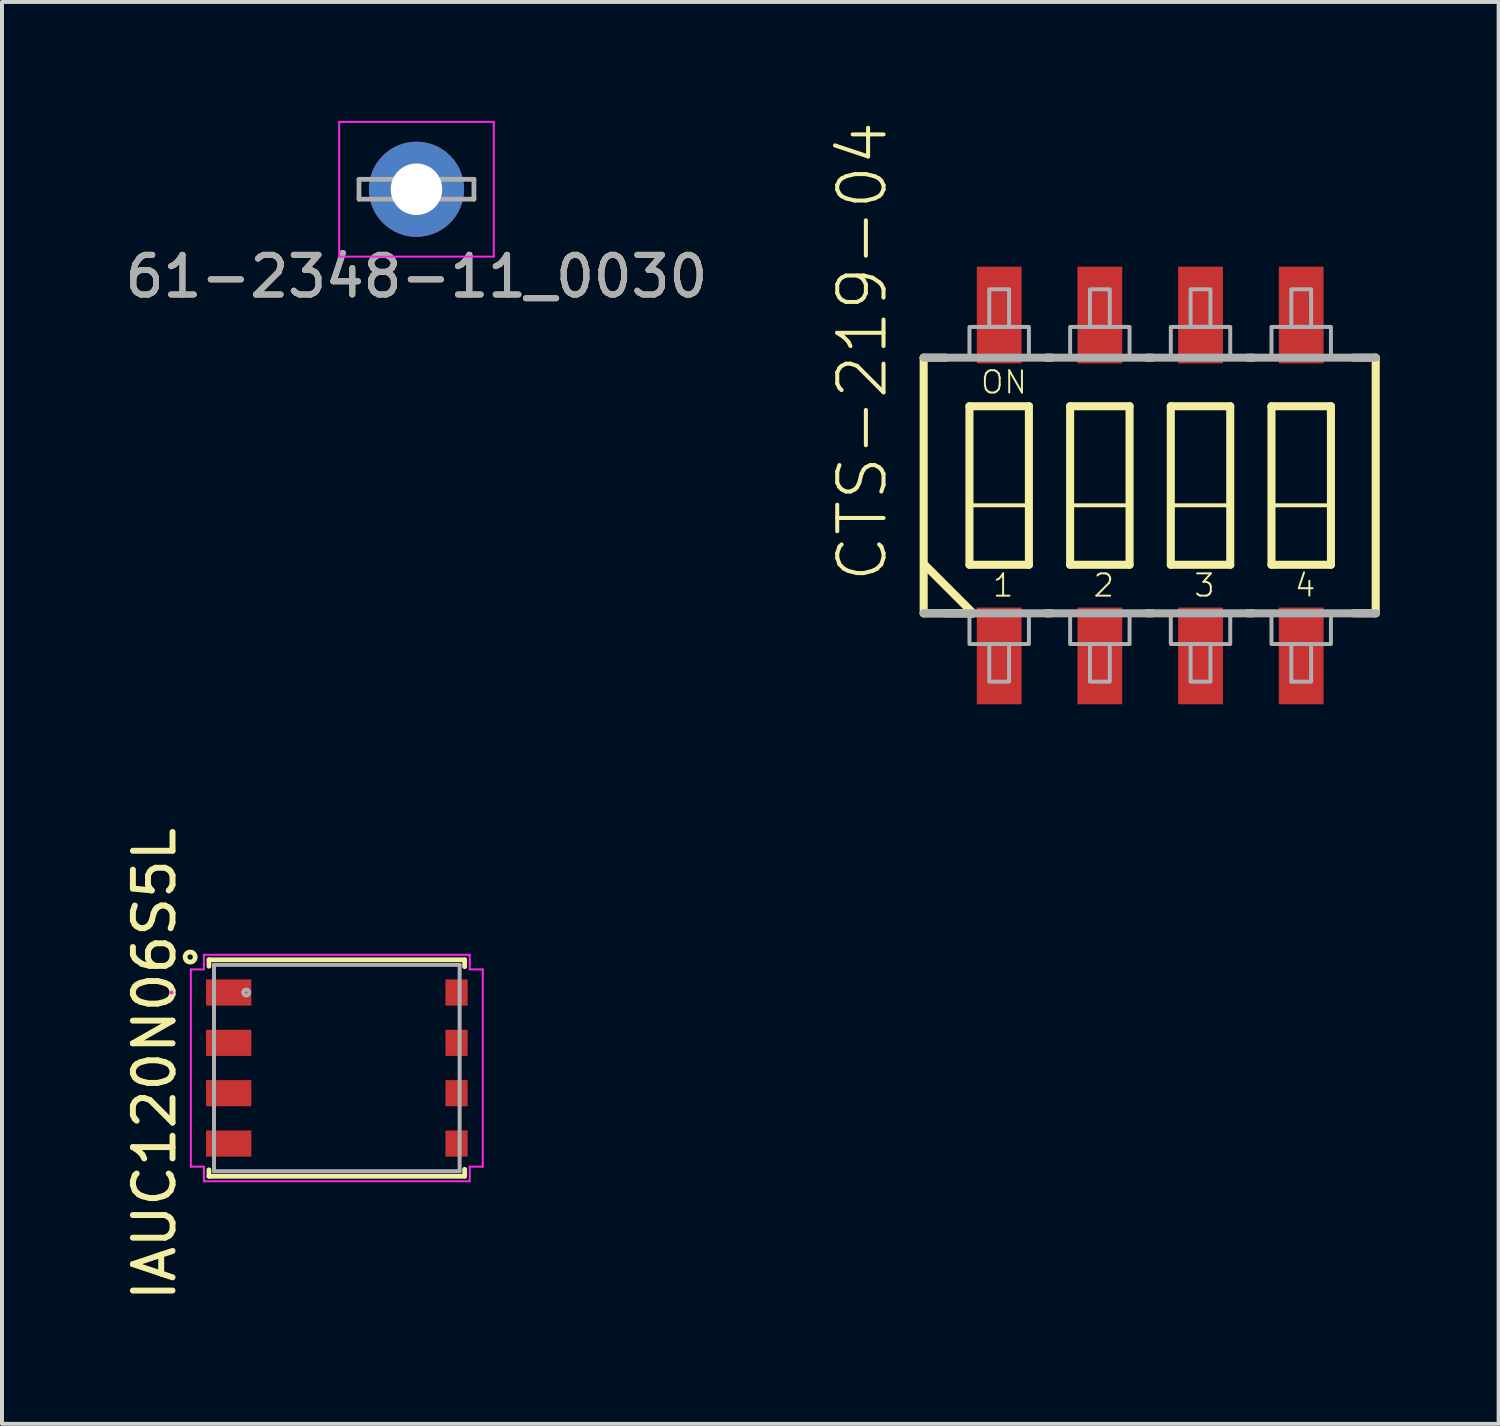
<source format=kicad_pcb>
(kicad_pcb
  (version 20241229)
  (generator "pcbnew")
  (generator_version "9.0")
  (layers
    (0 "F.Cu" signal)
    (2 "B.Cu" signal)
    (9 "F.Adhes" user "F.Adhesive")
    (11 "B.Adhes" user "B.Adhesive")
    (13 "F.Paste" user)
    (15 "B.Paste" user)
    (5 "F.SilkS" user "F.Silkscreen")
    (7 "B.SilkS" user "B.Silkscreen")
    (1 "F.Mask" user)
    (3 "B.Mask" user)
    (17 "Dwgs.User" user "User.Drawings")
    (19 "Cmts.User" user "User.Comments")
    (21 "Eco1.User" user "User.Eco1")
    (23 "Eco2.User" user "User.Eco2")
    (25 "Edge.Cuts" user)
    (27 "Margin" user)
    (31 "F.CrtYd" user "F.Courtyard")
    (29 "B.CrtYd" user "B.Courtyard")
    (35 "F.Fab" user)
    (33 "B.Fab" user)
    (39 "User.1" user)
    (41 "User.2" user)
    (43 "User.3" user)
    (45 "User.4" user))
  (footprint "IAUC120N06S5L"
    (layer "F.Cu")
    (at 5.448 23.897)
    (property "Reference" "IAUC120N06S5L" (at -4.6 -0.1 90) (layer "F.SilkS") (effects (font (size 1 1) (thickness 0.15))))
    (attr smd)
    (fp_poly (pts (xy -1.348 -2.235) (xy 3.3 -2.235) (xy 3.3 -1.575) (xy 2.741 -1.575) (xy 2.741 -0.965) (xy 3.3 -0.965) (xy 3.3 -0.305) (xy 2.741 -0.305) (xy 2.741 0.305) (xy 3.3 0.305) (xy 3.3 0.965) (xy 2.741 0.965) (xy 2.741 1.575) (xy 3.3 1.575) (xy 3.3 2.235) (xy -1.348 2.235)) (stroke (width 0.1) (type solid)) (fill yes) (layer "F.Mask"))
    (fp_line (start -3.226 -2.731) (end -3.226 -2.568) (stroke (width 0.12) (type solid)) (layer "F.SilkS"))
    (fp_line (start -3.226 2.568) (end -3.226 2.731) (stroke (width 0.12) (type solid)) (layer "F.SilkS"))
    (fp_line (start -3.226 2.731) (end 3.226 2.731) (stroke (width 0.12) (type solid)) (layer "F.SilkS"))
    (fp_line (start 3.226 -2.731) (end -3.226 -2.731) (stroke (width 0.12) (type solid)) (layer "F.SilkS"))
    (fp_line (start 3.226 -2.556) (end 3.226 -2.731) (stroke (width 0.12) (type solid)) (layer "F.SilkS"))
    (fp_line (start 3.226 2.731) (end 3.226 2.556) (stroke (width 0.12) (type solid)) (layer "F.SilkS"))
    (fp_circle (center -3.7 -2.8) (end -3.573 -2.8) (stroke (width 0.12) (type solid)) (fill no) (layer "F.SilkS"))
    (fp_poly (pts (xy -1.348 -2.235) (xy 3.3 -2.235) (xy 3.3 -1.575) (xy 2.741 -1.575) (xy 2.741 -0.965) (xy 3.3 -0.965) (xy 3.3 -0.305) (xy 2.741 -0.305) (xy 2.741 0.305) (xy 3.3 0.305) (xy 3.3 0.965) (xy 2.741 0.965) (xy 2.741 1.575) (xy 3.3 1.575) (xy 3.3 2.235) (xy -1.348 2.235)) (stroke (width 0.1) (type solid)) (fill yes) (layer "F.Paste"))
    (fp_line (start -3.683 -2.489) (end -3.353 -2.489) (stroke (width 0.05) (type solid)) (layer "F.CrtYd"))
    (fp_line (start -3.683 2.489) (end -3.683 -2.489) (stroke (width 0.05) (type solid)) (layer "F.CrtYd"))
    (fp_line (start -3.353 -2.857) (end 3.353 -2.857) (stroke (width 0.05) (type solid)) (layer "F.CrtYd"))
    (fp_line (start -3.353 -2.489) (end -3.353 -2.857) (stroke (width 0.05) (type solid)) (layer "F.CrtYd"))
    (fp_line (start -3.353 2.489) (end -3.683 2.489) (stroke (width 0.05) (type solid)) (layer "F.CrtYd"))
    (fp_line (start -3.353 2.857) (end -3.353 2.489) (stroke (width 0.05) (type solid)) (layer "F.CrtYd"))
    (fp_line (start 3.353 -2.857) (end 3.353 -2.489) (stroke (width 0.05) (type solid)) (layer "F.CrtYd"))
    (fp_line (start 3.353 -2.489) (end 3.683 -2.489) (stroke (width 0.05) (type solid)) (layer "F.CrtYd"))
    (fp_line (start 3.353 2.489) (end 3.353 2.857) (stroke (width 0.05) (type solid)) (layer "F.CrtYd"))
    (fp_line (start 3.353 2.857) (end -3.353 2.857) (stroke (width 0.05) (type solid)) (layer "F.CrtYd"))
    (fp_line (start 3.683 -2.489) (end 3.683 2.489) (stroke (width 0.05) (type solid)) (layer "F.CrtYd"))
    (fp_line (start 3.683 2.489) (end 3.353 2.489) (stroke (width 0.05) (type solid)) (layer "F.CrtYd"))
    (fp_circle (center -4.166 -1.905) (end -4.166 -1.905) (stroke (width 0.05) (type solid)) (fill no) (layer "F.CrtYd"))
    (fp_line (start -3.099 -2.603) (end -3.099 2.603) (stroke (width 0.1) (type solid)) (layer "F.Fab"))
    (fp_line (start -3.099 2.603) (end 3.099 2.603) (stroke (width 0.1) (type solid)) (layer "F.Fab"))
    (fp_line (start 3.099 -2.603) (end -3.099 -2.603) (stroke (width 0.1) (type solid)) (layer "F.Fab"))
    (fp_line (start 3.099 2.603) (end 3.099 -2.603) (stroke (width 0.1) (type solid)) (layer "F.Fab"))
    (fp_circle (center -2.286 -1.905) (end -2.21 -1.905) (stroke (width 0.1) (type solid)) (fill no) (layer "F.Fab"))
    (pad "1" smd rect (at -2.728 -1.905) (size 1.143 0.66) (layers "F.Cu" "F.Mask" "F.Paste"))
    (pad "2" smd rect (at -2.728 -0.635) (size 1.143 0.66) (layers "F.Cu" "F.Mask" "F.Paste"))
    (pad "3" smd rect (at -2.728 0.635) (size 1.143 0.66) (layers "F.Cu" "F.Mask" "F.Paste"))
    (pad "4" smd rect (at -2.728 1.905) (size 1.143 0.66) (layers "F.Cu" "F.Mask" "F.Paste"))
    (pad "5" smd rect (at 3.021 1.905) (size 0.559 0.66) (layers "F.Cu" "F.Mask" "F.Paste"))
    (pad "6" smd rect (at 3.021 0.635) (size 0.559 0.66) (layers "F.Cu" "F.Mask" "F.Paste"))
    (pad "7" smd rect (at 3.021 -0.635) (size 0.559 0.66) (layers "F.Cu" "F.Mask" "F.Paste"))
    (pad "8" smd rect (at 3.021 -1.905) (size 0.559 0.66) (layers "F.Cu" "F.Mask" "F.Paste")))
  (footprint "61-2348-11_0030"
    (layer "F.Cu")
    (at 7.458 1.725)
    (property "Reference" "61-2348-11_0030" (at 0 2.2 0) (layer "F.SilkS") (effects (font (size 1 1) (thickness 0.15))))
    (attr through_hole)
    (fp_line (start -1.95 -1.7) (end -1.95 1.7) (stroke (width 0.05) (type solid)) (layer "F.CrtYd"))
    (fp_line (start -1.95 -1.7) (end 1.95 -1.7) (stroke (width 0.05) (type solid)) (layer "F.CrtYd"))
    (fp_line (start 1.95 1.7) (end -1.95 1.7) (stroke (width 0.05) (type solid)) (layer "F.CrtYd"))
    (fp_line (start 1.95 1.7) (end 1.95 -1.7) (stroke (width 0.05) (type solid)) (layer "F.CrtYd"))
    (fp_line (start -1.45 -0.25) (end 1.45 -0.25) (stroke (width 0.12) (type solid)) (layer "F.Fab"))
    (fp_line (start -1.45 0.25) (end -1.45 -0.25) (stroke (width 0.12) (type solid)) (layer "F.Fab"))
    (fp_line (start 1.45 -0.25) (end 1.45 0.25) (stroke (width 0.12) (type solid)) (layer "F.Fab"))
    (fp_line (start 1.45 0.25) (end -1.45 0.25) (stroke (width 0.12) (type solid)) (layer "F.Fab"))
    (fp_text user "${REFERENCE}" (at 0 2.2 0) (layer "F.Fab") (effects (font (size 1 1) (thickness 0.15))))
    (pad "1" thru_hole circle (at 0 0) (size 2.4 2.4) (drill 1.3) (layers "*.Cu" "*.Mask")))
  (footprint "CTS-219-04"
    (layer "F.Cu")
    (at 25.97 9.199)
    (property "Reference" "CTS-219-04" (at -6.58 2.5 90) (layer "F.SilkS") (effects (font (size 1.168 1.168) (thickness 0.102)) (justify left bottom)))
    (fp_line (start -5.715 -3.225) (end -5.16 -3.225) (stroke (width 0.203) (type solid)) (layer "F.SilkS"))
    (fp_line (start -5.715 3.225) (end -5.715 -3.225) (stroke (width 0.203) (type solid)) (layer "F.SilkS"))
    (fp_line (start -5.69 2) (end -4.465 3.225) (stroke (width 0.203) (type solid)) (layer "F.SilkS"))
    (fp_line (start -5.16 3.225) (end -4.465 3.225) (stroke (width 0.203) (type solid)) (layer "F.SilkS"))
    (fp_line (start -4.56 -2) (end -3.06 -2) (stroke (width 0.203) (type solid)) (layer "F.SilkS"))
    (fp_line (start -4.56 2) (end -4.56 -2) (stroke (width 0.203) (type solid)) (layer "F.SilkS"))
    (fp_line (start -4.465 3.225) (end -5.715 3.225) (stroke (width 0.203) (type solid)) (layer "F.SilkS"))
    (fp_line (start -3.06 -2) (end -3.06 2) (stroke (width 0.203) (type solid)) (layer "F.SilkS"))
    (fp_line (start -3.06 2) (end -4.56 2) (stroke (width 0.203) (type solid)) (layer "F.SilkS"))
    (fp_line (start -2.62 3.225) (end -2.485 3.225) (stroke (width 0.203) (type solid)) (layer "F.SilkS"))
    (fp_line (start -2.485 -3.225) (end -2.62 -3.225) (stroke (width 0.203) (type solid)) (layer "F.SilkS"))
    (fp_line (start -2.02 -2) (end -0.52 -2) (stroke (width 0.203) (type solid)) (layer "F.SilkS"))
    (fp_line (start -2.02 2) (end -2.02 -2) (stroke (width 0.203) (type solid)) (layer "F.SilkS"))
    (fp_line (start -0.52 -2) (end -0.52 2) (stroke (width 0.203) (type solid)) (layer "F.SilkS"))
    (fp_line (start -0.52 2) (end -2.02 2) (stroke (width 0.203) (type solid)) (layer "F.SilkS"))
    (fp_line (start -0.08 3.225) (end 0.055 3.225) (stroke (width 0.203) (type solid)) (layer "F.SilkS"))
    (fp_line (start 0.055 -3.225) (end -0.08 -3.225) (stroke (width 0.203) (type solid)) (layer "F.SilkS"))
    (fp_line (start 0.52 -2) (end 2.02 -2) (stroke (width 0.203) (type solid)) (layer "F.SilkS"))
    (fp_line (start 0.52 2) (end 0.52 -2) (stroke (width 0.203) (type solid)) (layer "F.SilkS"))
    (fp_line (start 2.02 -2) (end 2.02 2) (stroke (width 0.203) (type solid)) (layer "F.SilkS"))
    (fp_line (start 2.02 2) (end 0.52 2) (stroke (width 0.203) (type solid)) (layer "F.SilkS"))
    (fp_line (start 2.46 3.225) (end 2.595 3.225) (stroke (width 0.203) (type solid)) (layer "F.SilkS"))
    (fp_line (start 2.595 -3.225) (end 2.46 -3.225) (stroke (width 0.203) (type solid)) (layer "F.SilkS"))
    (fp_line (start 3.06 -2) (end 4.56 -2) (stroke (width 0.203) (type solid)) (layer "F.SilkS"))
    (fp_line (start 3.06 2) (end 3.06 -2) (stroke (width 0.203) (type solid)) (layer "F.SilkS"))
    (fp_line (start 4.56 -2) (end 4.56 2) (stroke (width 0.203) (type solid)) (layer "F.SilkS"))
    (fp_line (start 4.56 2) (end 3.06 2) (stroke (width 0.203) (type solid)) (layer "F.SilkS"))
    (fp_line (start 5.135 -3.225) (end 5.69 -3.225) (stroke (width 0.203) (type solid)) (layer "F.SilkS"))
    (fp_line (start 5.69 -3.225) (end 5.69 3.225) (stroke (width 0.203) (type solid)) (layer "F.SilkS"))
    (fp_line (start 5.69 3.225) (end 5.135 3.225) (stroke (width 0.203) (type solid)) (layer "F.SilkS"))
    (fp_poly (pts (xy -4.56 2) (xy -3.06 2) (xy -3.06 0.5) (xy -4.56 0.5)) (stroke (width 0.1) (type solid)) (fill no) (layer "F.SilkS"))
    (fp_poly (pts (xy -2.02 2) (xy -0.52 2) (xy -0.52 0.5) (xy -2.02 0.5)) (stroke (width 0.1) (type solid)) (fill no) (layer "F.SilkS"))
    (fp_poly (pts (xy 0.52 2) (xy 2.02 2) (xy 2.02 0.5) (xy 0.52 0.5)) (stroke (width 0.1) (type solid)) (fill no) (layer "F.SilkS"))
    (fp_poly (pts (xy 3.06 2) (xy 4.56 2) (xy 4.56 0.5) (xy 3.06 0.5)) (stroke (width 0.1) (type solid)) (fill no) (layer "F.SilkS"))
    (fp_line (start -5.715 -3.225) (end 5.69 -3.225) (stroke (width 0.203) (type solid)) (layer "F.Fab"))
    (fp_line (start 5.69 3.225) (end -5.715 3.225) (stroke (width 0.203) (type solid)) (layer "F.Fab"))
    (fp_poly (pts (xy -4.56 -3.25) (xy -3.06 -3.25) (xy -3.06 -4) (xy -4.56 -4)) (stroke (width 0.1) (type solid)) (fill no) (layer "F.Fab"))
    (fp_poly (pts (xy -4.06 4.95) (xy -3.56 4.95) (xy -3.56 4) (xy -4.06 4)) (stroke (width 0.1) (type solid)) (fill no) (layer "F.Fab"))
    (fp_poly (pts (xy -3.56 -4.95) (xy -4.06 -4.95) (xy -4.06 -4) (xy -3.56 -4)) (stroke (width 0.1) (type solid)) (fill no) (layer "F.Fab"))
    (fp_poly (pts (xy -3.06 3.25) (xy -4.56 3.25) (xy -4.56 4) (xy -3.06 4)) (stroke (width 0.1) (type solid)) (fill no) (layer "F.Fab"))
    (fp_poly (pts (xy -2.02 -3.25) (xy -0.52 -3.25) (xy -0.52 -4) (xy -2.02 -4)) (stroke (width 0.1) (type solid)) (fill no) (layer "F.Fab"))
    (fp_poly (pts (xy -1.52 4.95) (xy -1.02 4.95) (xy -1.02 4) (xy -1.52 4)) (stroke (width 0.1) (type solid)) (fill no) (layer "F.Fab"))
    (fp_poly (pts (xy -1.02 -4.95) (xy -1.52 -4.95) (xy -1.52 -4) (xy -1.02 -4)) (stroke (width 0.1) (type solid)) (fill no) (layer "F.Fab"))
    (fp_poly (pts (xy -0.52 3.25) (xy -2.02 3.25) (xy -2.02 4) (xy -0.52 4)) (stroke (width 0.1) (type solid)) (fill no) (layer "F.Fab"))
    (fp_poly (pts (xy 0.52 -3.25) (xy 2.02 -3.25) (xy 2.02 -4) (xy 0.52 -4)) (stroke (width 0.1) (type solid)) (fill no) (layer "F.Fab"))
    (fp_poly (pts (xy 1.02 4.95) (xy 1.52 4.95) (xy 1.52 4) (xy 1.02 4)) (stroke (width 0.1) (type solid)) (fill no) (layer "F.Fab"))
    (fp_poly (pts (xy 1.52 -4.95) (xy 1.02 -4.95) (xy 1.02 -4) (xy 1.52 -4)) (stroke (width 0.1) (type solid)) (fill no) (layer "F.Fab"))
    (fp_poly (pts (xy 2.02 3.25) (xy 0.52 3.25) (xy 0.52 4) (xy 2.02 4)) (stroke (width 0.1) (type solid)) (fill no) (layer "F.Fab"))
    (fp_poly (pts (xy 3.06 -3.25) (xy 4.56 -3.25) (xy 4.56 -4) (xy 3.06 -4)) (stroke (width 0.1) (type solid)) (fill no) (layer "F.Fab"))
    (fp_poly (pts (xy 3.56 4.95) (xy 4.06 4.95) (xy 4.06 4) (xy 3.56 4)) (stroke (width 0.1) (type solid)) (fill no) (layer "F.Fab"))
    (fp_poly (pts (xy 4.06 -4.95) (xy 3.56 -4.95) (xy 3.56 -4) (xy 4.06 -4)) (stroke (width 0.1) (type solid)) (fill no) (layer "F.Fab"))
    (fp_poly (pts (xy 4.56 3.25) (xy 3.06 3.25) (xy 3.06 4) (xy 4.56 4)) (stroke (width 0.1) (type solid)) (fill no) (layer "F.Fab"))
    (fp_text user "2" (at -1.47 2.85 0) (layer "F.SilkS") (effects (font (size 0.561 0.561) (thickness 0.049)) (justify left bottom)))
    (fp_text user "4" (at 3.61 2.85 0) (layer "F.SilkS") (effects (font (size 0.561 0.561) (thickness 0.049)) (justify left bottom)))
    (fp_text user "1" (at -4.01 2.85 0) (layer "F.SilkS") (effects (font (size 0.561 0.561) (thickness 0.049)) (justify left bottom)))
    (fp_text user "3" (at 1.07 2.85 0) (layer "F.SilkS") (effects (font (size 0.561 0.561) (thickness 0.049)) (justify left bottom)))
    (fp_text user "ON" (at -4.31 -2.275 0) (layer "F.SilkS") (effects (font (size 0.561 0.561) (thickness 0.049)) (justify left bottom)))
    (pad "1" smd rect (at -3.81 4.3) (size 1.13 2.44) (layers "F.Cu" "F.Mask" "F.Paste"))
    (pad "2" smd rect (at -1.27 4.3) (size 1.13 2.44) (layers "F.Cu" "F.Mask" "F.Paste"))
    (pad "3" smd rect (at 1.27 4.3) (size 1.13 2.44) (layers "F.Cu" "F.Mask" "F.Paste"))
    (pad "4" smd rect (at 3.81 4.3) (size 1.13 2.44) (layers "F.Cu" "F.Mask" "F.Paste"))
    (pad "5" smd rect (at 3.81 -4.3 180) (size 1.13 2.44) (layers "F.Cu" "F.Mask" "F.Paste"))
    (pad "6" smd rect (at 1.27 -4.3 180) (size 1.13 2.44) (layers "F.Cu" "F.Mask" "F.Paste"))
    (pad "7" smd rect (at -1.27 -4.3 180) (size 1.13 2.44) (layers "F.Cu" "F.Mask" "F.Paste"))
    (pad "8" smd rect (at -3.81 -4.3 180) (size 1.13 2.44) (layers "F.Cu" "F.Mask" "F.Paste")))
  (gr_rect
    (start -3 -3)
    (end 34.761 32.874)
    (stroke (width 0.1) (type default))
    (fill no)
    (layer "Edge.Cuts")))
</source>
